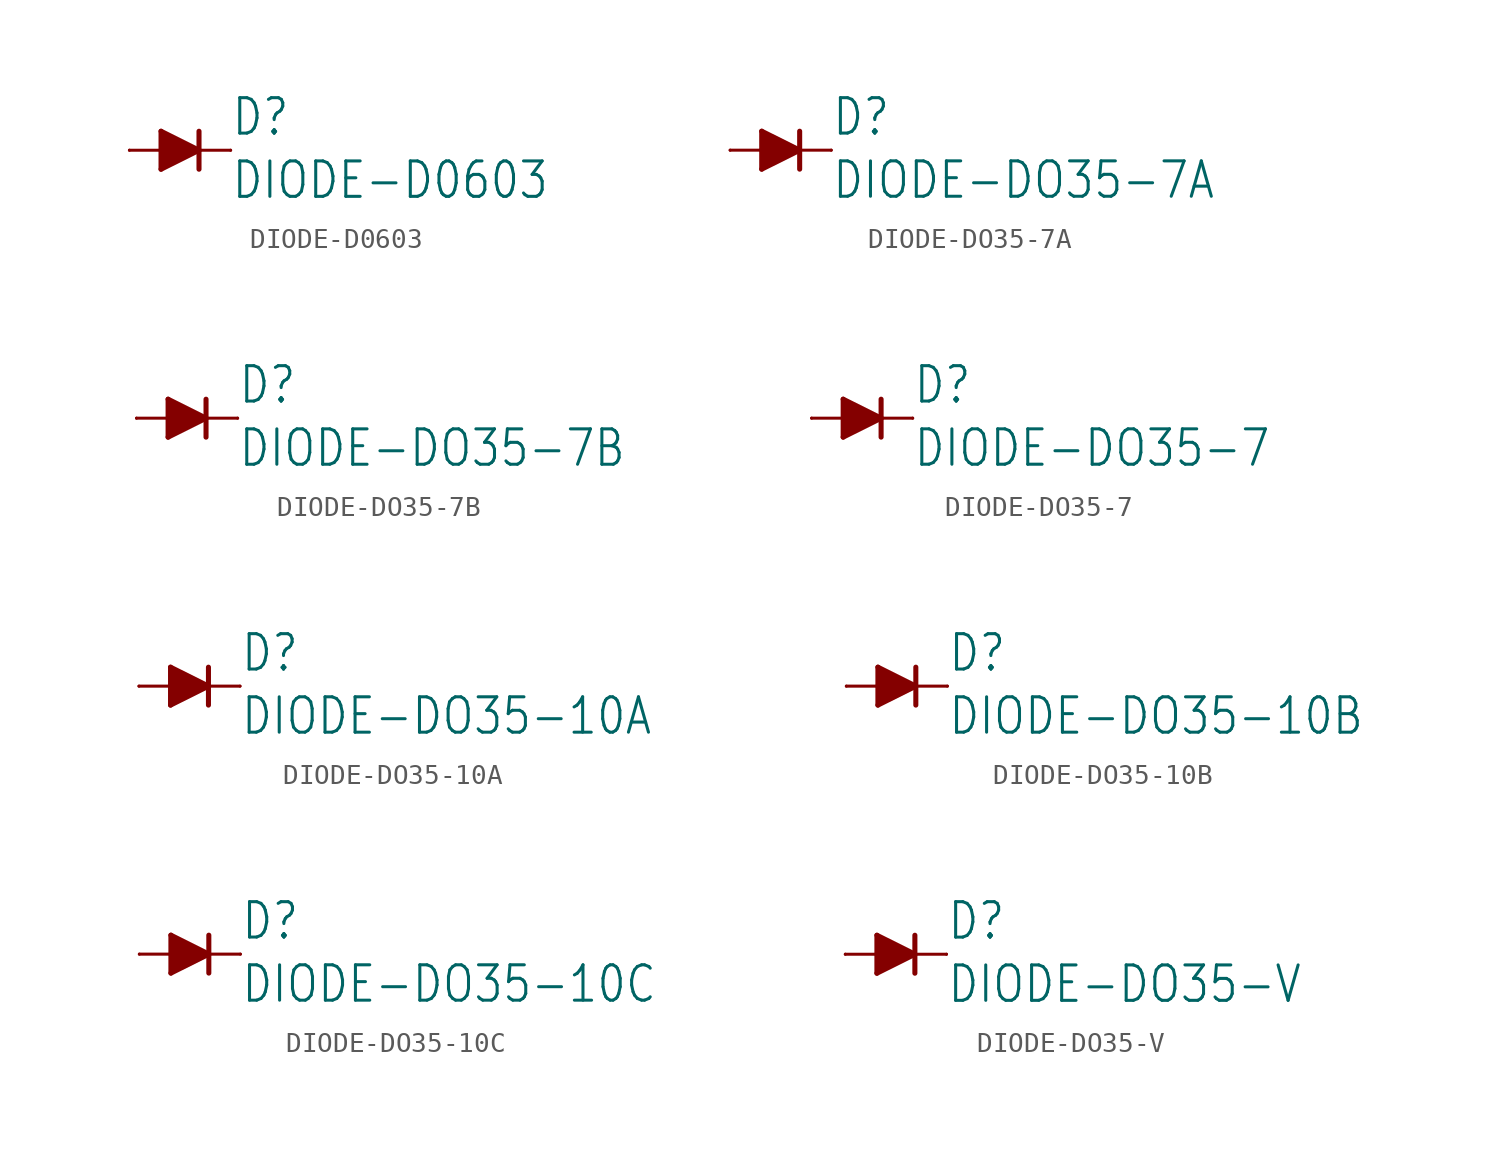
<source format=kicad_sym>
(kicad_symbol_lib
  (version 20211014)
  (generator kicad_symbol_editor)
  (symbol "DIODE-D0603"
    (property "Reference" "D"
      (at 2.54 0.635 0)
      (effects (font (size 1.778 1.511)) (justify left bottom)))
    (property "Value" "DIODE-D0603"
      (at 2.54 -2.54 0)
      (effects (font (size 1.778 1.511)) (justify left bottom)))
    (property "ki_locked" ""
      (at 0 0 0)
      (effects (font (size 1.27 1.27))))
    (symbol "DIODE-D0603_1_0"
      (polyline (pts (xy -0.953 -0.953) (xy 0.953 0)) (stroke (width 0.254) (type default) (color 0 0 0 0)) (fill (type none)))
      (polyline (pts (xy -0.953 0) (xy -2.54 0)) (stroke (width 0.152) (type default) (color 0 0 0 0)) (fill (type none)))
      (polyline (pts (xy -0.953 0) (xy -0.953 -0.953)) (stroke (width 0.254) (type default) (color 0 0 0 0)) (fill (type none)))
      (polyline (pts (xy -0.953 0.953) (xy -0.953 0)) (stroke (width 0.254) (type default) (color 0 0 0 0)) (fill (type none)))
      (polyline (pts (xy 0.953 0) (xy -0.953 0.953)) (stroke (width 0.254) (type default) (color 0 0 0 0)) (fill (type none)))
      (polyline (pts (xy 0.953 0) (xy 0.953 -0.953)) (stroke (width 0.254) (type default) (color 0 0 0 0)) (fill (type none)))
      (polyline (pts (xy 0.953 0) (xy 2.54 0)) (stroke (width 0.152) (type default) (color 0 0 0 0)) (fill (type none)))
      (polyline (pts (xy 0.953 0.953) (xy 0.953 0)) (stroke (width 0.254) (type default) (color 0 0 0 0)) (fill (type none)))
      (polyline (pts (xy -0.953 0.953) (xy 0.953 0) (xy -0.953 -0.953)) (stroke (width 0) (type default) (color 0 0 0 0)) (fill (type outline)))
      (pin passive line (at -2.54 0 0) (length 0) (name "A" (effects (font (size 0 0)))) (number "A" (effects (font (size 0 0)))))
      (pin passive line (at 2.54 0 180) (length 0) (name "C" (effects (font (size 0 0)))) (number "C" (effects (font (size 0 0)))))))
  (symbol "DIODE-DO35-7A"
    (property "Reference" "D"
      (at 2.54 0.635 0)
      (effects (font (size 1.778 1.511)) (justify left bottom)))
    (property "Value" "DIODE-DO35-7A"
      (at 2.54 -2.54 0)
      (effects (font (size 1.778 1.511)) (justify left bottom)))
    (property "ki_locked" ""
      (at 0 0 0)
      (effects (font (size 1.27 1.27))))
    (symbol "DIODE-DO35-7A_1_0"
      (polyline (pts (xy -0.953 -0.953) (xy 0.953 0)) (stroke (width 0.254) (type default) (color 0 0 0 0)) (fill (type none)))
      (polyline (pts (xy -0.953 0) (xy -2.54 0)) (stroke (width 0.152) (type default) (color 0 0 0 0)) (fill (type none)))
      (polyline (pts (xy -0.953 0) (xy -0.953 -0.953)) (stroke (width 0.254) (type default) (color 0 0 0 0)) (fill (type none)))
      (polyline (pts (xy -0.953 0.953) (xy -0.953 0)) (stroke (width 0.254) (type default) (color 0 0 0 0)) (fill (type none)))
      (polyline (pts (xy 0.953 0) (xy -0.953 0.953)) (stroke (width 0.254) (type default) (color 0 0 0 0)) (fill (type none)))
      (polyline (pts (xy 0.953 0) (xy 0.953 -0.953)) (stroke (width 0.254) (type default) (color 0 0 0 0)) (fill (type none)))
      (polyline (pts (xy 0.953 0) (xy 2.54 0)) (stroke (width 0.152) (type default) (color 0 0 0 0)) (fill (type none)))
      (polyline (pts (xy 0.953 0.953) (xy 0.953 0)) (stroke (width 0.254) (type default) (color 0 0 0 0)) (fill (type none)))
      (polyline (pts (xy -0.953 0.953) (xy 0.953 0) (xy -0.953 -0.953)) (stroke (width 0) (type default) (color 0 0 0 0)) (fill (type outline)))
      (pin passive line (at -2.54 0 0) (length 0) (name "A" (effects (font (size 0 0)))) (number "A" (effects (font (size 0 0)))))
      (pin passive line (at 2.54 0 180) (length 0) (name "C" (effects (font (size 0 0)))) (number "C" (effects (font (size 0 0)))))))
  (symbol "DIODE-DO35-7B"
    (property "Reference" "D"
      (at 2.54 0.635 0)
      (effects (font (size 1.778 1.511)) (justify left bottom)))
    (property "Value" "DIODE-DO35-7B"
      (at 2.54 -2.54 0)
      (effects (font (size 1.778 1.511)) (justify left bottom)))
    (property "ki_locked" ""
      (at 0 0 0)
      (effects (font (size 1.27 1.27))))
    (symbol "DIODE-DO35-7B_1_0"
      (polyline (pts (xy -0.953 -0.953) (xy 0.953 0)) (stroke (width 0.254) (type default) (color 0 0 0 0)) (fill (type none)))
      (polyline (pts (xy -0.953 0) (xy -2.54 0)) (stroke (width 0.152) (type default) (color 0 0 0 0)) (fill (type none)))
      (polyline (pts (xy -0.953 0) (xy -0.953 -0.953)) (stroke (width 0.254) (type default) (color 0 0 0 0)) (fill (type none)))
      (polyline (pts (xy -0.953 0.953) (xy -0.953 0)) (stroke (width 0.254) (type default) (color 0 0 0 0)) (fill (type none)))
      (polyline (pts (xy 0.953 0) (xy -0.953 0.953)) (stroke (width 0.254) (type default) (color 0 0 0 0)) (fill (type none)))
      (polyline (pts (xy 0.953 0) (xy 0.953 -0.953)) (stroke (width 0.254) (type default) (color 0 0 0 0)) (fill (type none)))
      (polyline (pts (xy 0.953 0) (xy 2.54 0)) (stroke (width 0.152) (type default) (color 0 0 0 0)) (fill (type none)))
      (polyline (pts (xy 0.953 0.953) (xy 0.953 0)) (stroke (width 0.254) (type default) (color 0 0 0 0)) (fill (type none)))
      (polyline (pts (xy -0.953 0.953) (xy 0.953 0) (xy -0.953 -0.953)) (stroke (width 0) (type default) (color 0 0 0 0)) (fill (type outline)))
      (pin passive line (at -2.54 0 0) (length 0) (name "A" (effects (font (size 0 0)))) (number "A" (effects (font (size 0 0)))))
      (pin passive line (at 2.54 0 180) (length 0) (name "C" (effects (font (size 0 0)))) (number "C" (effects (font (size 0 0)))))))
  (symbol "DIODE-DO35-7"
    (property "Reference" "D"
      (at 2.54 0.635 0)
      (effects (font (size 1.778 1.511)) (justify left bottom)))
    (property "Value" "DIODE-DO35-7"
      (at 2.54 -2.54 0)
      (effects (font (size 1.778 1.511)) (justify left bottom)))
    (property "ki_locked" ""
      (at 0 0 0)
      (effects (font (size 1.27 1.27))))
    (symbol "DIODE-DO35-7_1_0"
      (polyline (pts (xy -0.953 -0.953) (xy 0.953 0)) (stroke (width 0.254) (type default) (color 0 0 0 0)) (fill (type none)))
      (polyline (pts (xy -0.953 0) (xy -2.54 0)) (stroke (width 0.152) (type default) (color 0 0 0 0)) (fill (type none)))
      (polyline (pts (xy -0.953 0) (xy -0.953 -0.953)) (stroke (width 0.254) (type default) (color 0 0 0 0)) (fill (type none)))
      (polyline (pts (xy -0.953 0.953) (xy -0.953 0)) (stroke (width 0.254) (type default) (color 0 0 0 0)) (fill (type none)))
      (polyline (pts (xy 0.953 0) (xy -0.953 0.953)) (stroke (width 0.254) (type default) (color 0 0 0 0)) (fill (type none)))
      (polyline (pts (xy 0.953 0) (xy 0.953 -0.953)) (stroke (width 0.254) (type default) (color 0 0 0 0)) (fill (type none)))
      (polyline (pts (xy 0.953 0) (xy 2.54 0)) (stroke (width 0.152) (type default) (color 0 0 0 0)) (fill (type none)))
      (polyline (pts (xy 0.953 0.953) (xy 0.953 0)) (stroke (width 0.254) (type default) (color 0 0 0 0)) (fill (type none)))
      (polyline (pts (xy -0.953 0.953) (xy 0.953 0) (xy -0.953 -0.953)) (stroke (width 0) (type default) (color 0 0 0 0)) (fill (type outline)))
      (pin passive line (at -2.54 0 0) (length 0) (name "A" (effects (font (size 0 0)))) (number "A" (effects (font (size 0 0)))))
      (pin passive line (at 2.54 0 180) (length 0) (name "C" (effects (font (size 0 0)))) (number "C" (effects (font (size 0 0)))))))
  (symbol "DIODE-DO35-10A"
    (property "Reference" "D"
      (at 2.54 0.635 0)
      (effects (font (size 1.778 1.511)) (justify left bottom)))
    (property "Value" "DIODE-DO35-10A"
      (at 2.54 -2.54 0)
      (effects (font (size 1.778 1.511)) (justify left bottom)))
    (property "ki_locked" ""
      (at 0 0 0)
      (effects (font (size 1.27 1.27))))
    (symbol "DIODE-DO35-10A_1_0"
      (polyline (pts (xy -0.953 -0.953) (xy 0.953 0)) (stroke (width 0.254) (type default) (color 0 0 0 0)) (fill (type none)))
      (polyline (pts (xy -0.953 0) (xy -2.54 0)) (stroke (width 0.152) (type default) (color 0 0 0 0)) (fill (type none)))
      (polyline (pts (xy -0.953 0) (xy -0.953 -0.953)) (stroke (width 0.254) (type default) (color 0 0 0 0)) (fill (type none)))
      (polyline (pts (xy -0.953 0.953) (xy -0.953 0)) (stroke (width 0.254) (type default) (color 0 0 0 0)) (fill (type none)))
      (polyline (pts (xy 0.953 0) (xy -0.953 0.953)) (stroke (width 0.254) (type default) (color 0 0 0 0)) (fill (type none)))
      (polyline (pts (xy 0.953 0) (xy 0.953 -0.953)) (stroke (width 0.254) (type default) (color 0 0 0 0)) (fill (type none)))
      (polyline (pts (xy 0.953 0) (xy 2.54 0)) (stroke (width 0.152) (type default) (color 0 0 0 0)) (fill (type none)))
      (polyline (pts (xy 0.953 0.953) (xy 0.953 0)) (stroke (width 0.254) (type default) (color 0 0 0 0)) (fill (type none)))
      (polyline (pts (xy -0.953 0.953) (xy 0.953 0) (xy -0.953 -0.953)) (stroke (width 0) (type default) (color 0 0 0 0)) (fill (type outline)))
      (pin passive line (at -2.54 0 0) (length 0) (name "A" (effects (font (size 0 0)))) (number "A" (effects (font (size 0 0)))))
      (pin passive line (at 2.54 0 180) (length 0) (name "C" (effects (font (size 0 0)))) (number "C" (effects (font (size 0 0)))))))
  (symbol "DIODE-DO35-10B"
    (property "Reference" "D"
      (at 2.54 0.635 0)
      (effects (font (size 1.778 1.511)) (justify left bottom)))
    (property "Value" "DIODE-DO35-10B"
      (at 2.54 -2.54 0)
      (effects (font (size 1.778 1.511)) (justify left bottom)))
    (property "ki_locked" ""
      (at 0 0 0)
      (effects (font (size 1.27 1.27))))
    (symbol "DIODE-DO35-10B_1_0"
      (polyline (pts (xy -0.953 -0.953) (xy 0.953 0)) (stroke (width 0.254) (type default) (color 0 0 0 0)) (fill (type none)))
      (polyline (pts (xy -0.953 0) (xy -2.54 0)) (stroke (width 0.152) (type default) (color 0 0 0 0)) (fill (type none)))
      (polyline (pts (xy -0.953 0) (xy -0.953 -0.953)) (stroke (width 0.254) (type default) (color 0 0 0 0)) (fill (type none)))
      (polyline (pts (xy -0.953 0.953) (xy -0.953 0)) (stroke (width 0.254) (type default) (color 0 0 0 0)) (fill (type none)))
      (polyline (pts (xy 0.953 0) (xy -0.953 0.953)) (stroke (width 0.254) (type default) (color 0 0 0 0)) (fill (type none)))
      (polyline (pts (xy 0.953 0) (xy 0.953 -0.953)) (stroke (width 0.254) (type default) (color 0 0 0 0)) (fill (type none)))
      (polyline (pts (xy 0.953 0) (xy 2.54 0)) (stroke (width 0.152) (type default) (color 0 0 0 0)) (fill (type none)))
      (polyline (pts (xy 0.953 0.953) (xy 0.953 0)) (stroke (width 0.254) (type default) (color 0 0 0 0)) (fill (type none)))
      (polyline (pts (xy -0.953 0.953) (xy 0.953 0) (xy -0.953 -0.953)) (stroke (width 0) (type default) (color 0 0 0 0)) (fill (type outline)))
      (pin passive line (at -2.54 0 0) (length 0) (name "A" (effects (font (size 0 0)))) (number "A" (effects (font (size 0 0)))))
      (pin passive line (at 2.54 0 180) (length 0) (name "C" (effects (font (size 0 0)))) (number "C" (effects (font (size 0 0)))))))
  (symbol "DIODE-DO35-10C"
    (property "Reference" "D"
      (at 2.54 0.635 0)
      (effects (font (size 1.778 1.511)) (justify left bottom)))
    (property "Value" "DIODE-DO35-10C"
      (at 2.54 -2.54 0)
      (effects (font (size 1.778 1.511)) (justify left bottom)))
    (property "ki_locked" ""
      (at 0 0 0)
      (effects (font (size 1.27 1.27))))
    (symbol "DIODE-DO35-10C_1_0"
      (polyline (pts (xy -0.953 -0.953) (xy 0.953 0)) (stroke (width 0.254) (type default) (color 0 0 0 0)) (fill (type none)))
      (polyline (pts (xy -0.953 0) (xy -2.54 0)) (stroke (width 0.152) (type default) (color 0 0 0 0)) (fill (type none)))
      (polyline (pts (xy -0.953 0) (xy -0.953 -0.953)) (stroke (width 0.254) (type default) (color 0 0 0 0)) (fill (type none)))
      (polyline (pts (xy -0.953 0.953) (xy -0.953 0)) (stroke (width 0.254) (type default) (color 0 0 0 0)) (fill (type none)))
      (polyline (pts (xy 0.953 0) (xy -0.953 0.953)) (stroke (width 0.254) (type default) (color 0 0 0 0)) (fill (type none)))
      (polyline (pts (xy 0.953 0) (xy 0.953 -0.953)) (stroke (width 0.254) (type default) (color 0 0 0 0)) (fill (type none)))
      (polyline (pts (xy 0.953 0) (xy 2.54 0)) (stroke (width 0.152) (type default) (color 0 0 0 0)) (fill (type none)))
      (polyline (pts (xy 0.953 0.953) (xy 0.953 0)) (stroke (width 0.254) (type default) (color 0 0 0 0)) (fill (type none)))
      (polyline (pts (xy -0.953 0.953) (xy 0.953 0) (xy -0.953 -0.953)) (stroke (width 0) (type default) (color 0 0 0 0)) (fill (type outline)))
      (pin passive line (at -2.54 0 0) (length 0) (name "A" (effects (font (size 0 0)))) (number "A" (effects (font (size 0 0)))))
      (pin passive line (at 2.54 0 180) (length 0) (name "C" (effects (font (size 0 0)))) (number "C" (effects (font (size 0 0)))))))
  (symbol "DIODE-DO35-V"
    (property "Reference" "D"
      (at 2.54 0.635 0)
      (effects (font (size 1.778 1.511)) (justify left bottom)))
    (property "Value" "DIODE-DO35-V"
      (at 2.54 -2.54 0)
      (effects (font (size 1.778 1.511)) (justify left bottom)))
    (property "ki_locked" ""
      (at 0 0 0)
      (effects (font (size 1.27 1.27))))
    (symbol "DIODE-DO35-V_1_0"
      (polyline (pts (xy -0.953 -0.953) (xy 0.953 0)) (stroke (width 0.254) (type default) (color 0 0 0 0)) (fill (type none)))
      (polyline (pts (xy -0.953 0) (xy -2.54 0)) (stroke (width 0.152) (type default) (color 0 0 0 0)) (fill (type none)))
      (polyline (pts (xy -0.953 0) (xy -0.953 -0.953)) (stroke (width 0.254) (type default) (color 0 0 0 0)) (fill (type none)))
      (polyline (pts (xy -0.953 0.953) (xy -0.953 0)) (stroke (width 0.254) (type default) (color 0 0 0 0)) (fill (type none)))
      (polyline (pts (xy 0.953 0) (xy -0.953 0.953)) (stroke (width 0.254) (type default) (color 0 0 0 0)) (fill (type none)))
      (polyline (pts (xy 0.953 0) (xy 0.953 -0.953)) (stroke (width 0.254) (type default) (color 0 0 0 0)) (fill (type none)))
      (polyline (pts (xy 0.953 0) (xy 2.54 0)) (stroke (width 0.152) (type default) (color 0 0 0 0)) (fill (type none)))
      (polyline (pts (xy 0.953 0.953) (xy 0.953 0)) (stroke (width 0.254) (type default) (color 0 0 0 0)) (fill (type none)))
      (polyline (pts (xy -0.953 0.953) (xy 0.953 0) (xy -0.953 -0.953)) (stroke (width 0) (type default) (color 0 0 0 0)) (fill (type outline)))
      (pin passive line (at -2.54 0 0) (length 0) (name "A" (effects (font (size 0 0)))) (number "A" (effects (font (size 0 0)))))
      (pin passive line (at 2.54 0 180) (length 0) (name "C" (effects (font (size 0 0)))) (number "C" (effects (font (size 0 0))))))))
</source>
